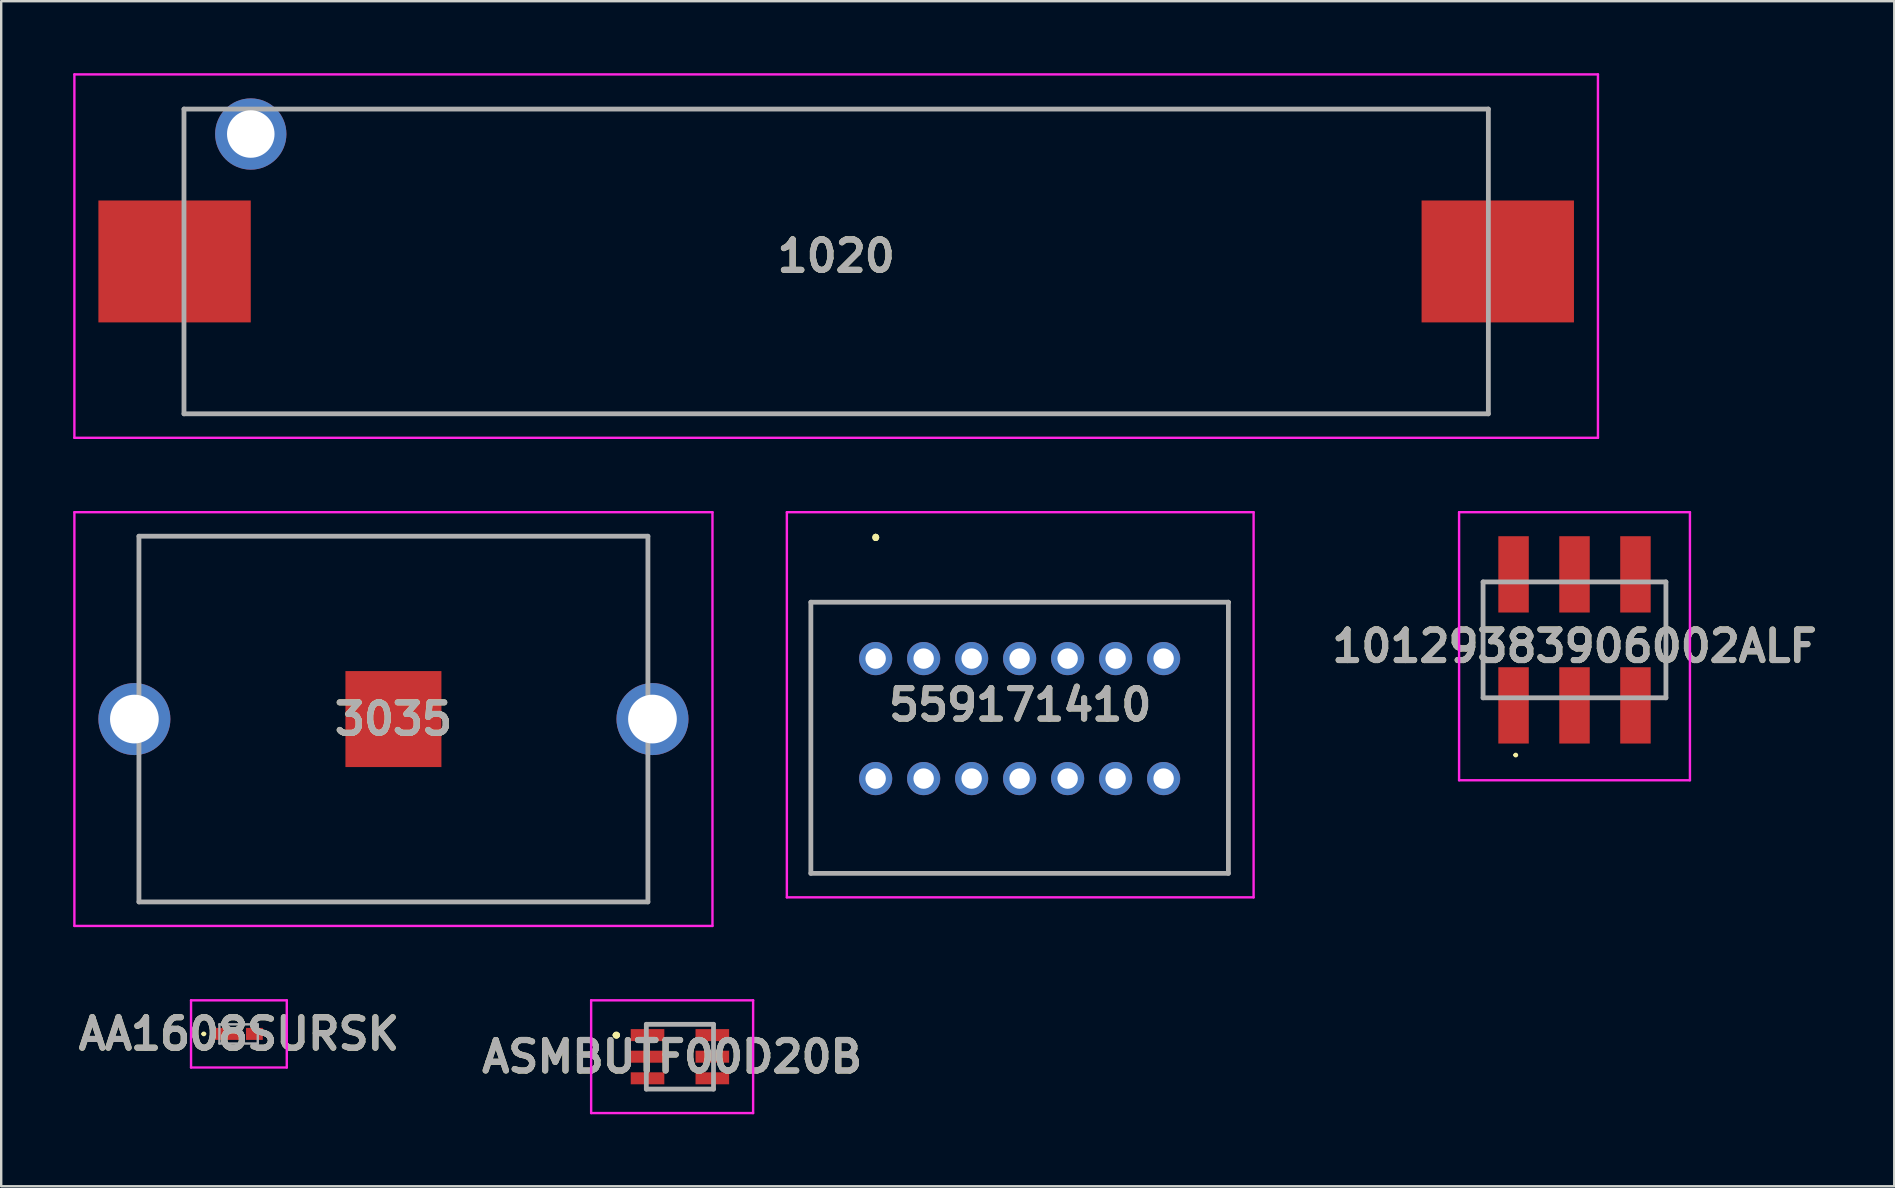
<source format=kicad_pcb>
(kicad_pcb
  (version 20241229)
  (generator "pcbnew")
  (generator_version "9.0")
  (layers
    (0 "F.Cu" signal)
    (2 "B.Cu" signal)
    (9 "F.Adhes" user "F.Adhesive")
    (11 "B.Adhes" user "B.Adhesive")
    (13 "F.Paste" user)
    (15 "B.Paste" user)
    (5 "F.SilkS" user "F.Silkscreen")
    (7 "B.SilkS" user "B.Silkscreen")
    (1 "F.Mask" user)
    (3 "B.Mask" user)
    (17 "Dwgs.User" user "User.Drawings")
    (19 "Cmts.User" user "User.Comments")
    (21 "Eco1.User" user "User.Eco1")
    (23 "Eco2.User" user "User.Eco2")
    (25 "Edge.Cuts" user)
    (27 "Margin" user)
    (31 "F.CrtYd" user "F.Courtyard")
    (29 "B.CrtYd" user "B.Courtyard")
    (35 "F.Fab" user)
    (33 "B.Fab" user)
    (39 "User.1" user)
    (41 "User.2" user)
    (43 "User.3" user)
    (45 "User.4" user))
  (footprint "559171410"
    (layer "F.Cu")
    (at 33.44 24.395)
    (property "Reference" "559171410" (at 6.025 1.925 0) (layer "F.SilkS") (effects (font (size 1.27 1.27) (thickness 0.254))))
    (attr through_hole)
    (fp_line (start -2.7 -0.75) (end -2.7 -0.75) (stroke (width 0.1) (type solid)) (layer "F.SilkS"))
    (fp_line (start -2.7 -0.75) (end -2.7 8.95) (stroke (width 0.1) (type solid)) (layer "F.SilkS"))
    (fp_line (start -2.7 8.95) (end -2.7 -0.75) (stroke (width 0.1) (type solid)) (layer "F.SilkS"))
    (fp_line (start -2.7 8.95) (end -2.7 8.95) (stroke (width 0.1) (type solid)) (layer "F.SilkS"))
    (fp_line (start -2.7 8.95) (end -2.7 8.95) (stroke (width 0.1) (type solid)) (layer "F.SilkS"))
    (fp_line (start -2.7 8.95) (end 14.7 8.95) (stroke (width 0.1) (type solid)) (layer "F.SilkS"))
    (fp_line (start -1 -2.35) (end -1 -2.35) (stroke (width 0.1) (type solid)) (layer "F.SilkS"))
    (fp_line (start -1 -2.35) (end 14.75 -2.35) (stroke (width 0.1) (type solid)) (layer "F.SilkS"))
    (fp_line (start 0 -5.1) (end 0 -5.1) (stroke (width 0.2) (type solid)) (layer "F.SilkS"))
    (fp_line (start 0 -5) (end 0 -5) (stroke (width 0.2) (type solid)) (layer "F.SilkS"))
    (fp_line (start 0 -5) (end 0 -5) (stroke (width 0.2) (type solid)) (layer "F.SilkS"))
    (fp_line (start 14.7 -2.35) (end 14.7 -2.35) (stroke (width 0.1) (type solid)) (layer "F.SilkS"))
    (fp_line (start 14.7 -2.35) (end 14.7 8.95) (stroke (width 0.1) (type solid)) (layer "F.SilkS"))
    (fp_line (start 14.7 8.95) (end -2.7 8.95) (stroke (width 0.1) (type solid)) (layer "F.SilkS"))
    (fp_line (start 14.7 8.95) (end 14.7 -2.35) (stroke (width 0.1) (type solid)) (layer "F.SilkS"))
    (fp_line (start 14.7 8.95) (end 14.7 8.95) (stroke (width 0.1) (type solid)) (layer "F.SilkS"))
    (fp_line (start 14.7 8.95) (end 14.7 8.95) (stroke (width 0.1) (type solid)) (layer "F.SilkS"))
    (fp_line (start 14.75 -2.35) (end -1 -2.35) (stroke (width 0.1) (type solid)) (layer "F.SilkS"))
    (fp_line (start 14.75 -2.35) (end 14.75 -2.35) (stroke (width 0.1) (type solid)) (layer "F.SilkS"))
    (fp_arc (start 0 -5.1) (mid 0.05 -5.05) (end 0 -5) (stroke (width 0.2) (type solid)) (layer "F.SilkS"))
    (fp_arc (start 0 -5.1) (mid 0.05 -5.05) (end 0 -5) (stroke (width 0.2) (type solid)) (layer "F.SilkS"))
    (fp_arc (start 0 -5) (mid -0.05 -5.05) (end 0 -5.1) (stroke (width 0.2) (type solid)) (layer "F.SilkS"))
    (fp_line (start -3.7 -6.1) (end 15.75 -6.1) (stroke (width 0.1) (type solid)) (layer "F.CrtYd"))
    (fp_line (start -3.7 9.95) (end -3.7 -6.1) (stroke (width 0.1) (type solid)) (layer "F.CrtYd"))
    (fp_line (start 15.75 -6.1) (end 15.75 9.95) (stroke (width 0.1) (type solid)) (layer "F.CrtYd"))
    (fp_line (start 15.75 9.95) (end -3.7 9.95) (stroke (width 0.1) (type solid)) (layer "F.CrtYd"))
    (fp_line (start -2.7 -2.35) (end -2.7 8.95) (stroke (width 0.2) (type solid)) (layer "F.Fab"))
    (fp_line (start -2.7 8.95) (end 14.7 8.95) (stroke (width 0.2) (type solid)) (layer "F.Fab"))
    (fp_line (start 14.7 -2.35) (end -2.7 -2.35) (stroke (width 0.2) (type solid)) (layer "F.Fab"))
    (fp_line (start 14.7 8.95) (end 14.7 -2.35) (stroke (width 0.2) (type solid)) (layer "F.Fab"))
    (fp_text user "${REFERENCE}" (at 6.025 1.925 0) (layer "F.Fab") (effects (font (size 1.27 1.27) (thickness 0.254))))
    (pad "" np_thru_hole circle (at -2 -1.7) (size 0.001 0.001) (drill 1.4) (layers "*.Cu" "*.Mask"))
    (pad "1" thru_hole circle (at 0 0) (size 1.381 1.381) (drill 0.85) (layers "*.Cu" "*.Mask"))
    (pad "2" thru_hole circle (at 0 5) (size 1.381 1.381) (drill 0.85) (layers "*.Cu" "*.Mask"))
    (pad "3" thru_hole circle (at 2 0) (size 1.381 1.381) (drill 0.85) (layers "*.Cu" "*.Mask"))
    (pad "4" thru_hole circle (at 2 5) (size 1.381 1.381) (drill 0.85) (layers "*.Cu" "*.Mask"))
    (pad "5" thru_hole circle (at 4 0) (size 1.381 1.381) (drill 0.85) (layers "*.Cu" "*.Mask"))
    (pad "6" thru_hole circle (at 4 5) (size 1.381 1.381) (drill 0.85) (layers "*.Cu" "*.Mask"))
    (pad "7" thru_hole circle (at 6 0) (size 1.381 1.381) (drill 0.85) (layers "*.Cu" "*.Mask"))
    (pad "8" thru_hole circle (at 6 5) (size 1.381 1.381) (drill 0.85) (layers "*.Cu" "*.Mask"))
    (pad "9" thru_hole circle (at 8 0) (size 1.381 1.381) (drill 0.85) (layers "*.Cu" "*.Mask"))
    (pad "10" thru_hole circle (at 8 5) (size 1.381 1.381) (drill 0.85) (layers "*.Cu" "*.Mask"))
    (pad "11" thru_hole circle (at 10 0) (size 1.381 1.381) (drill 0.85) (layers "*.Cu" "*.Mask"))
    (pad "12" thru_hole circle (at 10 5) (size 1.381 1.381) (drill 0.85) (layers "*.Cu" "*.Mask"))
    (pad "13" thru_hole circle (at 12 0) (size 1.381 1.381) (drill 0.85) (layers "*.Cu" "*.Mask"))
    (pad "14" thru_hole circle (at 12 5) (size 1.381 1.381) (drill 0.85) (layers "*.Cu" "*.Mask")))
  (footprint "AA1608SURSK"
    (layer "F.Cu")
    (at 6.893 40.035)
    (property "Reference" "AA1608SURSK" (at 0.013 0 0) (layer "F.SilkS") (effects (font (size 1.27 1.27) (thickness 0.254))))
    (attr smd)
    (fp_line (start -1.5 0) (end -1.5 0) (stroke (width 0.1) (type solid)) (layer "F.SilkS"))
    (fp_line (start -1.4 0) (end -1.4 0) (stroke (width 0.1) (type solid)) (layer "F.SilkS"))
    (fp_arc (start -1.5 0) (mid -1.45 -0.05) (end -1.4 0) (stroke (width 0.1) (type solid)) (layer "F.SilkS"))
    (fp_arc (start -1.4 0) (mid -1.45 0.05) (end -1.5 0) (stroke (width 0.1) (type solid)) (layer "F.SilkS"))
    (fp_line (start -1.982 -1.4) (end 2.008 -1.4) (stroke (width 0.1) (type solid)) (layer "F.CrtYd"))
    (fp_line (start -1.982 1.4) (end -1.982 -1.4) (stroke (width 0.1) (type solid)) (layer "F.CrtYd"))
    (fp_line (start 2.008 -1.4) (end 2.008 1.4) (stroke (width 0.1) (type solid)) (layer "F.CrtYd"))
    (fp_line (start 2.008 1.4) (end -1.982 1.4) (stroke (width 0.1) (type solid)) (layer "F.CrtYd"))
    (fp_line (start -0.8 -0.4) (end 0.8 -0.4) (stroke (width 0.1) (type solid)) (layer "F.Fab"))
    (fp_line (start -0.8 0.4) (end -0.8 -0.4) (stroke (width 0.1) (type solid)) (layer "F.Fab"))
    (fp_line (start 0.8 -0.4) (end 0.8 0.4) (stroke (width 0.1) (type solid)) (layer "F.Fab"))
    (fp_line (start 0.8 0.4) (end -0.8 0.4) (stroke (width 0.1) (type solid)) (layer "F.Fab"))
    (fp_text user "${REFERENCE}" (at 0.013 0 0) (layer "F.Fab") (effects (font (size 1.27 1.27) (thickness 0.254))))
    (pad "1" smd rect (at -0.457 0 90) (size 0.5 1.05) (layers "F.Cu" "F.Mask" "F.Paste"))
    (pad "2" smd rect (at 0.658 0 90) (size 0.5 0.7) (layers "F.Cu" "F.Mask" "F.Paste")))
  (footprint "3035"
    (layer "F.Cu")
    (at 2.55 26.915)
    (property "Reference" "3035" (at 10.795 0 0) (layer "F.SilkS") (effects (font (size 1.27 1.27) (thickness 0.254))))
    (attr through_hole)
    (fp_line (start 0.19 -7.62) (end 21.4 -7.62) (stroke (width 0.1) (type solid)) (layer "F.SilkS"))
    (fp_line (start 0.19 -2) (end 0.19 -7.62) (stroke (width 0.1) (type solid)) (layer "F.SilkS"))
    (fp_line (start 0.19 2) (end 0.19 7.62) (stroke (width 0.1) (type solid)) (layer "F.SilkS"))
    (fp_line (start 0.19 7.62) (end 21.4 7.62) (stroke (width 0.1) (type solid)) (layer "F.SilkS"))
    (fp_line (start 21.4 -7.62) (end 21.4 -2) (stroke (width 0.1) (type solid)) (layer "F.SilkS"))
    (fp_line (start 21.4 7.62) (end 21.4 2) (stroke (width 0.1) (type solid)) (layer "F.SilkS"))
    (fp_line (start -2.5 -8.62) (end 24.09 -8.62) (stroke (width 0.1) (type solid)) (layer "F.CrtYd"))
    (fp_line (start -2.5 8.62) (end -2.5 -8.62) (stroke (width 0.1) (type solid)) (layer "F.CrtYd"))
    (fp_line (start 24.09 -8.62) (end 24.09 8.62) (stroke (width 0.1) (type solid)) (layer "F.CrtYd"))
    (fp_line (start 24.09 8.62) (end -2.5 8.62) (stroke (width 0.1) (type solid)) (layer "F.CrtYd"))
    (fp_line (start 0.19 -7.62) (end 21.4 -7.62) (stroke (width 0.2) (type solid)) (layer "F.Fab"))
    (fp_line (start 0.19 7.62) (end 0.19 -7.62) (stroke (width 0.2) (type solid)) (layer "F.Fab"))
    (fp_line (start 21.4 -7.62) (end 21.4 7.62) (stroke (width 0.2) (type solid)) (layer "F.Fab"))
    (fp_line (start 21.4 7.62) (end 0.19 7.62) (stroke (width 0.2) (type solid)) (layer "F.Fab"))
    (fp_text user "${REFERENCE}" (at 10.795 0 0) (layer "F.Fab") (effects (font (size 1.27 1.27) (thickness 0.254))))
    (pad "1" thru_hole circle (at 0 0) (size 3 3) (drill 2.03) (layers "*.Cu" "*.Mask"))
    (pad "2" thru_hole circle (at 21.59 0) (size 3 3) (drill 2.03) (layers "*.Cu" "*.Mask"))
    (pad "3" smd rect (at 10.795 0 90) (size 4 4) (layers "F.Cu" "F.Mask" "F.Paste")))
  (footprint "1020"
    (layer "F.Cu")
    (at 31.795 7.845)
    (property "Reference" "1020" (at 0 -0.223 0) (layer "F.SilkS") (effects (font (size 1.27 1.27) (thickness 0.254))))
    (attr through_hole)
    (fp_line (start -27.178 6.35) (end -27.178 5.08) (stroke (width 0.1) (type solid)) (layer "F.SilkS"))
    (fp_line (start -20.32 -6.35) (end 27.178 -6.35) (stroke (width 0.1) (type solid)) (layer "F.SilkS"))
    (fp_line (start 27.178 -6.35) (end 27.178 -5.08) (stroke (width 0.1) (type solid)) (layer "F.SilkS"))
    (fp_line (start 27.178 5.08) (end 27.178 6.35) (stroke (width 0.1) (type solid)) (layer "F.SilkS"))
    (fp_line (start 27.178 6.35) (end -27.178 6.35) (stroke (width 0.1) (type solid)) (layer "F.SilkS"))
    (fp_line (start -31.745 -7.795) (end 31.745 -7.795) (stroke (width 0.1) (type solid)) (layer "F.CrtYd"))
    (fp_line (start -31.745 7.35) (end -31.745 -7.795) (stroke (width 0.1) (type solid)) (layer "F.CrtYd"))
    (fp_line (start 31.745 -7.795) (end 31.745 7.35) (stroke (width 0.1) (type solid)) (layer "F.CrtYd"))
    (fp_line (start 31.745 7.35) (end -31.745 7.35) (stroke (width 0.1) (type solid)) (layer "F.CrtYd"))
    (fp_line (start -27.178 -6.35) (end 27.178 -6.35) (stroke (width 0.2) (type solid)) (layer "F.Fab"))
    (fp_line (start -27.178 6.35) (end -27.178 -6.35) (stroke (width 0.2) (type solid)) (layer "F.Fab"))
    (fp_line (start 27.178 -6.35) (end 27.178 6.35) (stroke (width 0.2) (type solid)) (layer "F.Fab"))
    (fp_line (start 27.178 6.35) (end -27.178 6.35) (stroke (width 0.2) (type solid)) (layer "F.Fab"))
    (fp_text user "${REFERENCE}" (at 0 -0.223 0) (layer "F.Fab") (effects (font (size 1.27 1.27) (thickness 0.254))))
    (pad "1" smd rect (at -27.57 0 90) (size 5.08 6.35) (layers "F.Cu" "F.Mask" "F.Paste"))
    (pad "2" smd rect (at 27.57 0 90) (size 5.08 6.35) (layers "F.Cu" "F.Mask" "F.Paste"))
    (pad "3" thru_hole circle (at -24.395 -5.31) (size 2.97 2.97) (drill 1.98) (layers "*.Cu" "*.Mask")))
  (footprint "ASMBUTF00D20B"
    (layer "F.Cu")
    (at 25.284 40.985)
    (property "Reference" "ASMBUTF00D20B" (at -0.325 0 0) (layer "F.SilkS") (effects (font (size 1.27 1.27) (thickness 0.254))))
    (attr smd)
    (fp_line (start -2.7 -0.9) (end -2.7 -0.9) (stroke (width 0.2) (type solid)) (layer "F.SilkS"))
    (fp_line (start -2.7 -0.9) (end -2.7 -0.9) (stroke (width 0.2) (type solid)) (layer "F.SilkS"))
    (fp_line (start -2.6 -0.9) (end -2.6 -0.9) (stroke (width 0.2) (type solid)) (layer "F.SilkS"))
    (fp_arc (start -2.7 -0.9) (mid -2.65 -0.95) (end -2.6 -0.9) (stroke (width 0.2) (type solid)) (layer "F.SilkS"))
    (fp_arc (start -2.6 -0.9) (mid -2.65 -0.85) (end -2.7 -0.9) (stroke (width 0.2) (type solid)) (layer "F.SilkS"))
    (fp_arc (start -2.6 -0.9) (mid -2.65 -0.85) (end -2.7 -0.9) (stroke (width 0.2) (type solid)) (layer "F.SilkS"))
    (fp_line (start -3.7 -2.35) (end 3.05 -2.35) (stroke (width 0.1) (type solid)) (layer "F.CrtYd"))
    (fp_line (start -3.7 2.35) (end -3.7 -2.35) (stroke (width 0.1) (type solid)) (layer "F.CrtYd"))
    (fp_line (start 3.05 -2.35) (end 3.05 2.35) (stroke (width 0.1) (type solid)) (layer "F.CrtYd"))
    (fp_line (start 3.05 2.35) (end -3.7 2.35) (stroke (width 0.1) (type solid)) (layer "F.CrtYd"))
    (fp_line (start -1.4 -1.35) (end -1.4 1.35) (stroke (width 0.2) (type solid)) (layer "F.Fab"))
    (fp_line (start -1.4 1.35) (end 1.4 1.35) (stroke (width 0.2) (type solid)) (layer "F.Fab"))
    (fp_line (start 1.4 -1.35) (end -1.4 -1.35) (stroke (width 0.2) (type solid)) (layer "F.Fab"))
    (fp_line (start 1.4 1.35) (end 1.4 -1.35) (stroke (width 0.2) (type solid)) (layer "F.Fab"))
    (fp_text user "${REFERENCE}" (at -0.325 0 0) (layer "F.Fab") (effects (font (size 1.27 1.27) (thickness 0.254))))
    (pad "1" smd rect (at -1.35 -0.9 90) (size 0.5 1.4) (layers "F.Cu" "F.Mask" "F.Paste"))
    (pad "2" smd rect (at 1.35 -0.9 90) (size 0.5 1.4) (layers "F.Cu" "F.Mask" "F.Paste"))
    (pad "3" smd rect (at -1.35 0 90) (size 0.5 1.4) (layers "F.Cu" "F.Mask" "F.Paste"))
    (pad "4" smd rect (at 1.35 0 90) (size 0.5 1.4) (layers "F.Cu" "F.Mask" "F.Paste"))
    (pad "5" smd rect (at -1.35 0.9 90) (size 0.5 1.4) (layers "F.Cu" "F.Mask" "F.Paste"))
    (pad "6" smd rect (at 1.35 0.9 90) (size 0.5 1.4) (layers "F.Cu" "F.Mask" "F.Paste")))
  (footprint "10129383906002ALF"
    (layer "F.Cu")
    (at 62.563 23.615)
    (property "Reference" "10129383906002ALF" (at 0 0.265 0) (layer "F.SilkS") (effects (font (size 1.27 1.27) (thickness 0.254))))
    (attr smd)
    (fp_line (start -3.81 -2.415) (end -3.81 2.415) (stroke (width 0.1) (type solid)) (layer "F.SilkS"))
    (fp_line (start -2.5 4.8) (end -2.5 4.8) (stroke (width 0.1) (type solid)) (layer "F.SilkS"))
    (fp_line (start -2.4 4.8) (end -2.4 4.8) (stroke (width 0.1) (type solid)) (layer "F.SilkS"))
    (fp_line (start 3.81 -2.415) (end 3.81 2.415) (stroke (width 0.1) (type solid)) (layer "F.SilkS"))
    (fp_arc (start -2.5 4.8) (mid -2.45 4.75) (end -2.4 4.8) (stroke (width 0.1) (type solid)) (layer "F.SilkS"))
    (fp_arc (start -2.4 4.8) (mid -2.45 4.85) (end -2.5 4.8) (stroke (width 0.1) (type solid)) (layer "F.SilkS"))
    (fp_line (start -4.81 -5.32) (end 4.81 -5.32) (stroke (width 0.1) (type solid)) (layer "F.CrtYd"))
    (fp_line (start -4.81 5.85) (end -4.81 -5.32) (stroke (width 0.1) (type solid)) (layer "F.CrtYd"))
    (fp_line (start 4.81 -5.32) (end 4.81 5.85) (stroke (width 0.1) (type solid)) (layer "F.CrtYd"))
    (fp_line (start 4.81 5.85) (end -4.81 5.85) (stroke (width 0.1) (type solid)) (layer "F.CrtYd"))
    (fp_line (start -3.81 -2.415) (end 3.81 -2.415) (stroke (width 0.2) (type solid)) (layer "F.Fab"))
    (fp_line (start -3.81 2.415) (end -3.81 -2.415) (stroke (width 0.2) (type solid)) (layer "F.Fab"))
    (fp_line (start 3.81 -2.415) (end 3.81 2.415) (stroke (width 0.2) (type solid)) (layer "F.Fab"))
    (fp_line (start 3.81 2.415) (end -3.81 2.415) (stroke (width 0.2) (type solid)) (layer "F.Fab"))
    (fp_text user "${REFERENCE}" (at 0 0.265 0) (layer "F.Fab") (effects (font (size 1.27 1.27) (thickness 0.254))))
    (pad "A1" smd rect (at -2.54 2.73) (size 1.27 3.18) (layers "F.Cu" "F.Mask" "F.Paste"))
    (pad "A2" smd rect (at 0 2.73) (size 1.27 3.18) (layers "F.Cu" "F.Mask" "F.Paste"))
    (pad "A3" smd rect (at 2.54 2.73) (size 1.27 3.18) (layers "F.Cu" "F.Mask" "F.Paste"))
    (pad "B1" smd rect (at -2.54 -2.73) (size 1.27 3.18) (layers "F.Cu" "F.Mask" "F.Paste"))
    (pad "B2" smd rect (at 0 -2.73) (size 1.27 3.18) (layers "F.Cu" "F.Mask" "F.Paste"))
    (pad "B3" smd rect (at 2.54 -2.73) (size 1.27 3.18) (layers "F.Cu" "F.Mask" "F.Paste")))
  (gr_rect
    (start -3 -3)
    (end 75.887 46.385)
    (stroke (width 0.1) (type default))
    (fill no)
    (layer "Edge.Cuts")))
</source>
